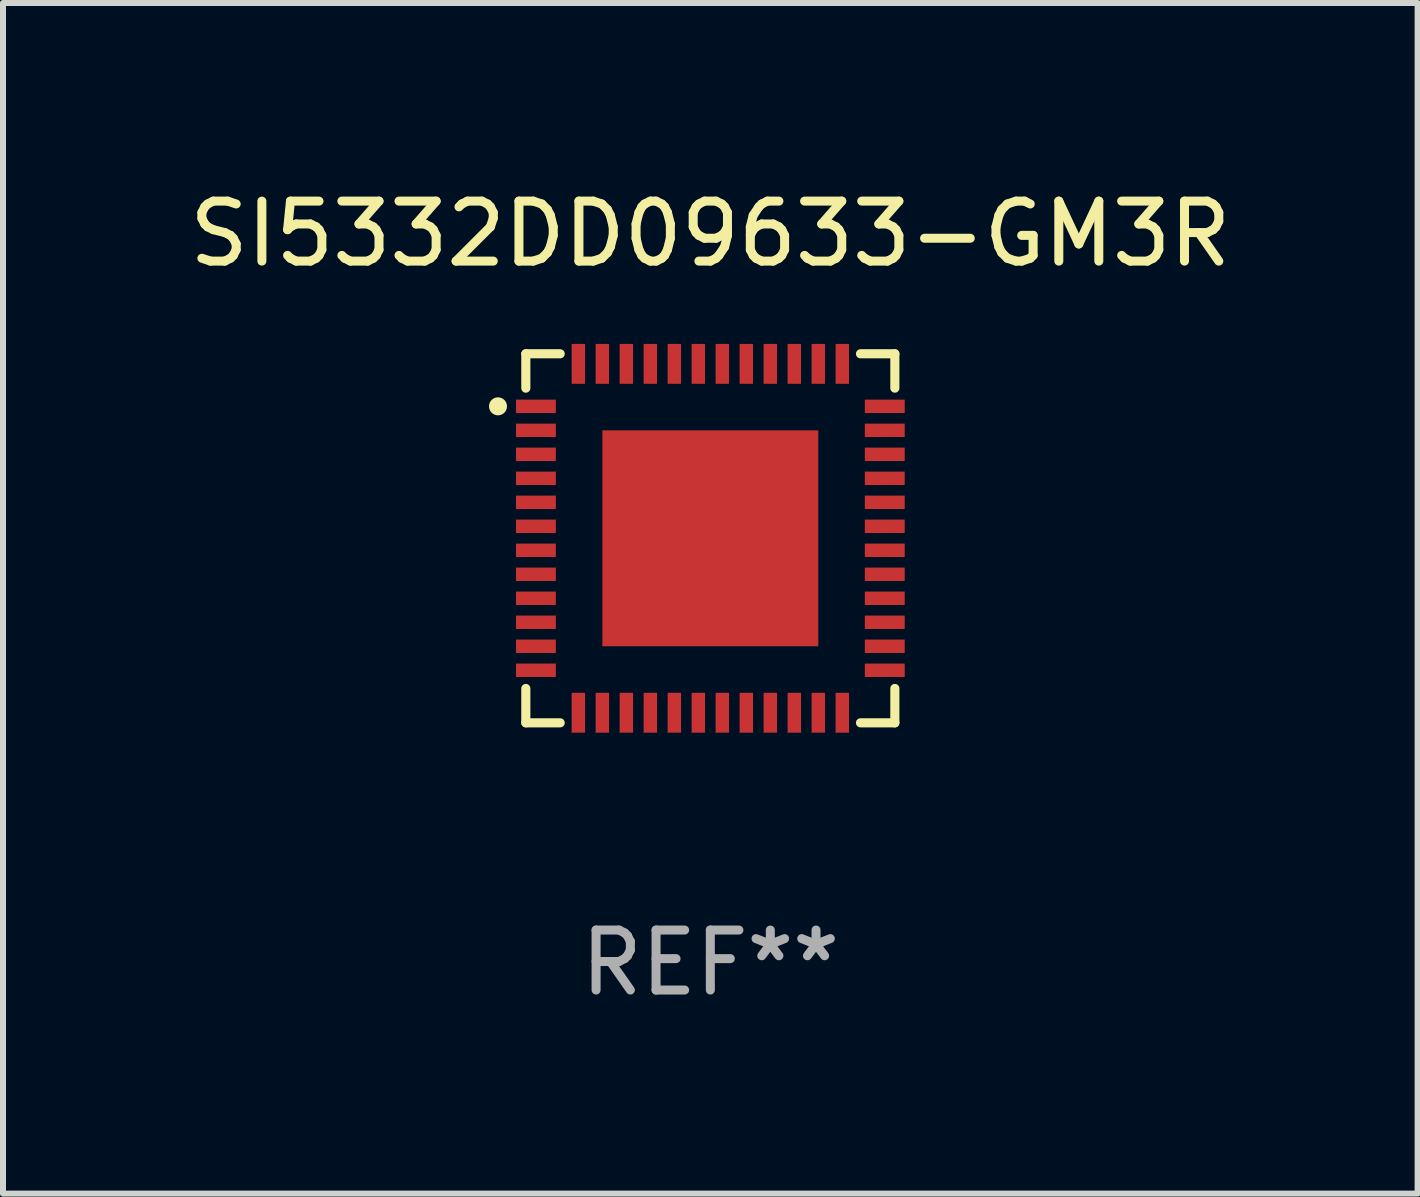
<source format=kicad_pcb>
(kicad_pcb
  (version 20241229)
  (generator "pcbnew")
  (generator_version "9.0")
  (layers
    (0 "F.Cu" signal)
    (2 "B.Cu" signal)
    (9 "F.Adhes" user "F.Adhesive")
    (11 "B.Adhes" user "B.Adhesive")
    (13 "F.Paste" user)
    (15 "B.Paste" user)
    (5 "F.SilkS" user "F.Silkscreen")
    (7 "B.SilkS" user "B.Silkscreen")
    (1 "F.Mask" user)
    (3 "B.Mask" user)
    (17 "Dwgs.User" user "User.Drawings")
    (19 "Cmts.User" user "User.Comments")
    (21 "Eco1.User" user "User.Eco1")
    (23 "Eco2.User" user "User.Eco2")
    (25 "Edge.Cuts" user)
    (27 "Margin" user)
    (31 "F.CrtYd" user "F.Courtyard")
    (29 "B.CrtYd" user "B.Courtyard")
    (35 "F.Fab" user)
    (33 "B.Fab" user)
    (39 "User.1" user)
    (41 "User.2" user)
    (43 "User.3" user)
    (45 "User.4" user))
  (footprint "SI5332DD09633-GM3R"
    (layer "F.Cu")
    (at 8.792 5.924)
    (property "Reference" "SI5332DD09633-GM3R" (at 0 -5.076 0) (layer "F.SilkS") (effects (font (size 1 1) (thickness 0.15))))
    (attr through_hole)
    (fp_line (start -3.076 -3.076) (end -3.076 -2.503) (stroke (width 0.152) (type solid)) (layer "F.SilkS"))
    (fp_line (start -3.076 3.076) (end -3.076 2.503) (stroke (width 0.152) (type solid)) (layer "F.SilkS"))
    (fp_line (start -2.503 -3.076) (end -3.076 -3.076) (stroke (width 0.152) (type solid)) (layer "F.SilkS"))
    (fp_line (start -2.503 3.076) (end -3.076 3.076) (stroke (width 0.152) (type solid)) (layer "F.SilkS"))
    (fp_line (start 2.503 -3.076) (end 3.076 -3.076) (stroke (width 0.152) (type solid)) (layer "F.SilkS"))
    (fp_line (start 2.503 3.076) (end 3.076 3.076) (stroke (width 0.152) (type solid)) (layer "F.SilkS"))
    (fp_line (start 3.076 -3.076) (end 3.076 -2.503) (stroke (width 0.152) (type solid)) (layer "F.SilkS"))
    (fp_line (start 3.076 3.076) (end 3.076 2.503) (stroke (width 0.152) (type solid)) (layer "F.SilkS"))
    (fp_circle (center -3.54 -2.2) (end -3.465 -2.2) (stroke (width 0.15) (type solid)) (fill no) (layer "F.SilkS"))
    (fp_text user "REF**" (at 0 7.076 0) (layer "F.Fab") (effects (font (size 1 1) (thickness 0.15))))
    (pad "1" smd rect (at -2.908 -2.2) (size 0.665 0.224) (layers "F.Cu" "F.Mask" "F.Paste"))
    (pad "2" smd rect (at -2.908 -1.8) (size 0.665 0.224) (layers "F.Cu" "F.Mask" "F.Paste"))
    (pad "3" smd rect (at -2.908 -1.4) (size 0.665 0.224) (layers "F.Cu" "F.Mask" "F.Paste"))
    (pad "4" smd rect (at -2.908 -1) (size 0.665 0.224) (layers "F.Cu" "F.Mask" "F.Paste"))
    (pad "5" smd rect (at -2.908 -0.6) (size 0.665 0.224) (layers "F.Cu" "F.Mask" "F.Paste"))
    (pad "6" smd rect (at -2.908 -0.2) (size 0.665 0.224) (layers "F.Cu" "F.Mask" "F.Paste"))
    (pad "7" smd rect (at -2.908 0.2) (size 0.665 0.224) (layers "F.Cu" "F.Mask" "F.Paste"))
    (pad "8" smd rect (at -2.908 0.6) (size 0.665 0.224) (layers "F.Cu" "F.Mask" "F.Paste"))
    (pad "9" smd rect (at -2.908 1) (size 0.665 0.224) (layers "F.Cu" "F.Mask" "F.Paste"))
    (pad "10" smd rect (at -2.908 1.4) (size 0.665 0.224) (layers "F.Cu" "F.Mask" "F.Paste"))
    (pad "11" smd rect (at -2.908 1.8) (size 0.665 0.224) (layers "F.Cu" "F.Mask" "F.Paste"))
    (pad "12" smd rect (at -2.908 2.2) (size 0.665 0.224) (layers "F.Cu" "F.Mask" "F.Paste"))
    (pad "13" smd rect (at -2.2 2.908) (size 0.224 0.665) (layers "F.Cu" "F.Mask" "F.Paste"))
    (pad "14" smd rect (at -1.8 2.908) (size 0.224 0.665) (layers "F.Cu" "F.Mask" "F.Paste"))
    (pad "15" smd rect (at -1.4 2.908) (size 0.224 0.665) (layers "F.Cu" "F.Mask" "F.Paste"))
    (pad "16" smd rect (at -1 2.908) (size 0.224 0.665) (layers "F.Cu" "F.Mask" "F.Paste"))
    (pad "17" smd rect (at -0.6 2.908) (size 0.224 0.665) (layers "F.Cu" "F.Mask" "F.Paste"))
    (pad "18" smd rect (at -0.2 2.908) (size 0.224 0.665) (layers "F.Cu" "F.Mask" "F.Paste"))
    (pad "19" smd rect (at 0.2 2.908) (size 0.224 0.665) (layers "F.Cu" "F.Mask" "F.Paste"))
    (pad "20" smd rect (at 0.6 2.908) (size 0.224 0.665) (layers "F.Cu" "F.Mask" "F.Paste"))
    (pad "21" smd rect (at 1 2.908) (size 0.224 0.665) (layers "F.Cu" "F.Mask" "F.Paste"))
    (pad "22" smd rect (at 1.4 2.908) (size 0.224 0.665) (layers "F.Cu" "F.Mask" "F.Paste"))
    (pad "23" smd rect (at 1.8 2.908) (size 0.224 0.665) (layers "F.Cu" "F.Mask" "F.Paste"))
    (pad "24" smd rect (at 2.2 2.908) (size 0.224 0.665) (layers "F.Cu" "F.Mask" "F.Paste"))
    (pad "25" smd rect (at 2.908 2.2) (size 0.665 0.224) (layers "F.Cu" "F.Mask" "F.Paste"))
    (pad "26" smd rect (at 2.908 1.8) (size 0.665 0.224) (layers "F.Cu" "F.Mask" "F.Paste"))
    (pad "27" smd rect (at 2.908 1.4) (size 0.665 0.224) (layers "F.Cu" "F.Mask" "F.Paste"))
    (pad "28" smd rect (at 2.908 1) (size 0.665 0.224) (layers "F.Cu" "F.Mask" "F.Paste"))
    (pad "29" smd rect (at 2.908 0.6) (size 0.665 0.224) (layers "F.Cu" "F.Mask" "F.Paste"))
    (pad "30" smd rect (at 2.908 0.2) (size 0.665 0.224) (layers "F.Cu" "F.Mask" "F.Paste"))
    (pad "31" smd rect (at 2.908 -0.2) (size 0.665 0.224) (layers "F.Cu" "F.Mask" "F.Paste"))
    (pad "32" smd rect (at 2.908 -0.6) (size 0.665 0.224) (layers "F.Cu" "F.Mask" "F.Paste"))
    (pad "33" smd rect (at 2.908 -1) (size 0.665 0.224) (layers "F.Cu" "F.Mask" "F.Paste"))
    (pad "34" smd rect (at 2.908 -1.4) (size 0.665 0.224) (layers "F.Cu" "F.Mask" "F.Paste"))
    (pad "35" smd rect (at 2.908 -1.8) (size 0.665 0.224) (layers "F.Cu" "F.Mask" "F.Paste"))
    (pad "36" smd rect (at 2.908 -2.2) (size 0.665 0.224) (layers "F.Cu" "F.Mask" "F.Paste"))
    (pad "37" smd rect (at 2.2 -2.908) (size 0.224 0.665) (layers "F.Cu" "F.Mask" "F.Paste"))
    (pad "38" smd rect (at 1.8 -2.908) (size 0.224 0.665) (layers "F.Cu" "F.Mask" "F.Paste"))
    (pad "39" smd rect (at 1.4 -2.908) (size 0.224 0.665) (layers "F.Cu" "F.Mask" "F.Paste"))
    (pad "40" smd rect (at 1 -2.908) (size 0.224 0.665) (layers "F.Cu" "F.Mask" "F.Paste"))
    (pad "41" smd rect (at 0.6 -2.908) (size 0.224 0.665) (layers "F.Cu" "F.Mask" "F.Paste"))
    (pad "42" smd rect (at 0.2 -2.908) (size 0.224 0.665) (layers "F.Cu" "F.Mask" "F.Paste"))
    (pad "43" smd rect (at -0.2 -2.908) (size 0.224 0.665) (layers "F.Cu" "F.Mask" "F.Paste"))
    (pad "44" smd rect (at -0.6 -2.908) (size 0.224 0.665) (layers "F.Cu" "F.Mask" "F.Paste"))
    (pad "45" smd rect (at -1 -2.908) (size 0.224 0.665) (layers "F.Cu" "F.Mask" "F.Paste"))
    (pad "46" smd rect (at -1.4 -2.908) (size 0.224 0.665) (layers "F.Cu" "F.Mask" "F.Paste"))
    (pad "47" smd rect (at -1.8 -2.908) (size 0.224 0.665) (layers "F.Cu" "F.Mask" "F.Paste"))
    (pad "48" smd rect (at -2.2 -2.908) (size 0.224 0.665) (layers "F.Cu" "F.Mask" "F.Paste"))
    (pad "49" smd rect (at 0 0) (size 3.6 3.6) (layers "F.Cu" "F.Mask" "F.Paste")))
  (gr_rect
    (start -3 -3)
    (end 20.583 16.849)
    (stroke (width 0.1) (type default))
    (fill no)
    (layer "Edge.Cuts")))
</source>
